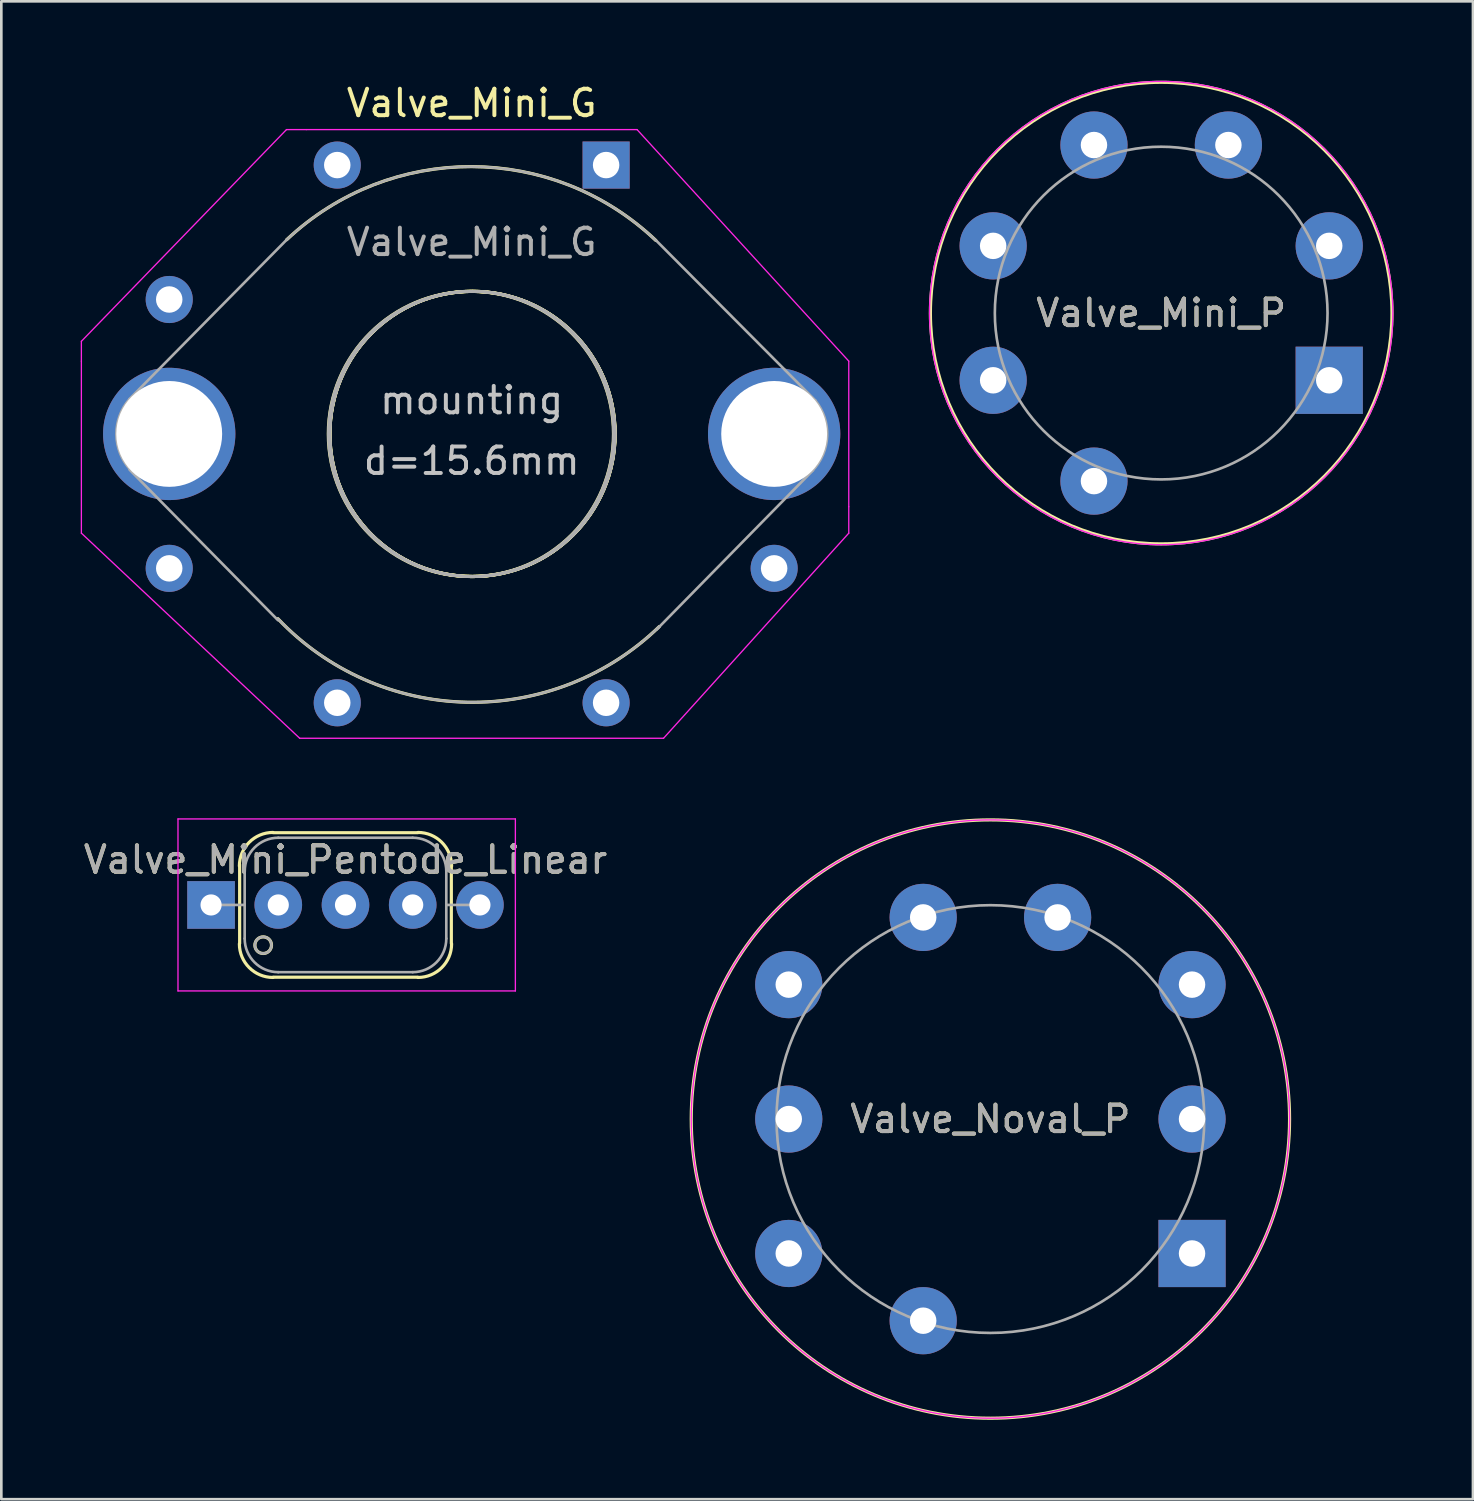
<source format=kicad_pcb>
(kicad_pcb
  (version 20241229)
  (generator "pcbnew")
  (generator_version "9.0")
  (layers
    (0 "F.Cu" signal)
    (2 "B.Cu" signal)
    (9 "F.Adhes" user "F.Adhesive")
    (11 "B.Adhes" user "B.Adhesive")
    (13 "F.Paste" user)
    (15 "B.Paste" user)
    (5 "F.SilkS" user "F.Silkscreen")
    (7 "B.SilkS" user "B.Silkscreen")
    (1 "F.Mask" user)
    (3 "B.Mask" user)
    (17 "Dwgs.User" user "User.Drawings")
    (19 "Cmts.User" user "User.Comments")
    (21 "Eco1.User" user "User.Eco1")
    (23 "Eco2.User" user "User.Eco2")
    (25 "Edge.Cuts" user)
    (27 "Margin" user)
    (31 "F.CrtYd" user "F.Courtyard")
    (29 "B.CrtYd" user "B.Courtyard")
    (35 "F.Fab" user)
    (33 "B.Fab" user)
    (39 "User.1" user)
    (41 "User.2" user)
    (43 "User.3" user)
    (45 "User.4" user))
  (footprint "Valve_Mini_Pentode_Linear"
    (layer "F.Cu")
    (at 4.926 31.148)
    (property "Reference" "Valve_Mini_Pentode_Linear" (at 5.08 -1.71 0) (layer "F.SilkS") (effects (font (size 1 1) (thickness 0.15))))
    (attr through_hole)
    (fp_line (start 1.08 1.46) (end 1.08 -1.52) (stroke (width 0.12) (type solid)) (layer "F.SilkS"))
    (fp_line (start 2.35 -2.73) (end 7.81 -2.73) (stroke (width 0.12) (type solid)) (layer "F.SilkS"))
    (fp_line (start 7.81 2.73) (end 2.35 2.73) (stroke (width 0.12) (type solid)) (layer "F.SilkS"))
    (fp_line (start 9.08 -1.46) (end 9.08 1.46) (stroke (width 0.12) (type solid)) (layer "F.SilkS"))
    (fp_arc (start 1.07 -1.47) (mid 1.441974 -2.368026) (end 2.34 -2.74) (stroke (width 0.12) (type solid)) (layer "F.SilkS"))
    (fp_arc (start 2.34 2.74) (mid 1.441974 2.368026) (end 1.07 1.47) (stroke (width 0.12) (type solid)) (layer "F.SilkS"))
    (fp_arc (start 7.82 -2.74) (mid 8.718026 -2.368026) (end 9.09 -1.47) (stroke (width 0.12) (type solid)) (layer "F.SilkS"))
    (fp_arc (start 9.09 1.47) (mid 8.718026 2.368026) (end 7.82 2.74) (stroke (width 0.12) (type solid)) (layer "F.SilkS"))
    (fp_circle (center 1.97 1.52) (end 2.22 1.71) (stroke (width 0.12) (type solid)) (fill no) (layer "F.SilkS"))
    (fp_line (start -1.25 -3.25) (end 11.5 -3.25) (stroke (width 0.05) (type solid)) (layer "F.CrtYd"))
    (fp_line (start -1.25 3.25) (end -1.25 -3.25) (stroke (width 0.05) (type solid)) (layer "F.CrtYd"))
    (fp_line (start 11.5 -3.25) (end 11.5 3.25) (stroke (width 0.05) (type solid)) (layer "F.CrtYd"))
    (fp_line (start 11.5 3.25) (end -1.25 3.25) (stroke (width 0.05) (type solid)) (layer "F.CrtYd"))
    (fp_line (start 0 0) (end 1.27 0) (stroke (width 0.1) (type solid)) (layer "F.Fab"))
    (fp_line (start 1.27 -1.27) (end 1.27 1.27) (stroke (width 0.1) (type solid)) (layer "F.Fab"))
    (fp_line (start 2.54 2.54) (end 7.62 2.54) (stroke (width 0.1) (type solid)) (layer "F.Fab"))
    (fp_line (start 7.62 -2.54) (end 2.54 -2.54) (stroke (width 0.1) (type solid)) (layer "F.Fab"))
    (fp_line (start 8.89 0) (end 10.16 0) (stroke (width 0.1) (type solid)) (layer "F.Fab"))
    (fp_line (start 8.89 1.27) (end 8.89 -1.27) (stroke (width 0.1) (type solid)) (layer "F.Fab"))
    (fp_arc (start 1.27 -1.27) (mid 1.641974 -2.168026) (end 2.54 -2.54) (stroke (width 0.1) (type solid)) (layer "F.Fab"))
    (fp_arc (start 2.54 2.54) (mid 1.641974 2.168026) (end 1.27 1.27) (stroke (width 0.1) (type solid)) (layer "F.Fab"))
    (fp_arc (start 7.62 -2.54) (mid 8.518026 -2.168026) (end 8.89 -1.27) (stroke (width 0.1) (type solid)) (layer "F.Fab"))
    (fp_arc (start 8.89 1.27) (mid 8.518026 2.168026) (end 7.62 2.54) (stroke (width 0.1) (type solid)) (layer "F.Fab"))
    (fp_circle (center 1.97 1.52) (end 2.22 1.71) (stroke (width 0.1) (type solid)) (fill no) (layer "F.Fab"))
    (fp_text user "${REFERENCE}" (at 5.08 -1.71 0) (layer "F.Fab") (effects (font (size 1 1) (thickness 0.15))))
    (pad "1" thru_hole rect (at 0 0) (size 1.8 1.8) (drill 0.8) (layers "*.Cu" "*.Mask"))
    (pad "2" thru_hole circle (at 2.54 0) (size 1.8 1.8) (drill 0.8) (layers "*.Cu" "*.Mask"))
    (pad "3" thru_hole circle (at 5.08 0) (size 1.8 1.8) (drill 0.8) (layers "*.Cu" "*.Mask"))
    (pad "4" thru_hole circle (at 7.62 0) (size 1.8 1.8) (drill 0.8) (layers "*.Cu" "*.Mask"))
    (pad "5" thru_hole circle (at 10.16 0) (size 1.8 1.8) (drill 0.8) (layers "*.Cu" "*.Mask")))
  (footprint "Valve_Mini_G"
    (layer "F.Cu")
    (at 19.855 3.188)
    (property "Reference" "Valve_Mini_G" (at -5.08 -2.34 0) (layer "F.SilkS") (effects (font (size 1 1) (thickness 0.15))))
    (attr through_hole)
    (fp_arc (start -12.07 2.82) (mid -5.089383 0.058484) (end 1.87996 2.848331) (stroke (width 0.12) (type solid)) (layer "F.SilkS"))
    (fp_arc (start 2.01 17.44) (mid -5.258654 20.298958) (end -12.403532 17.143378) (stroke (width 0.12) (type solid)) (layer "F.SilkS"))
    (fp_circle (center -5.11 10.16) (end -8.92 13.97) (stroke (width 0.12) (type solid)) (fill no) (layer "F.SilkS"))
    (fp_circle (center -5.05 10.16) (end -1.24 13.97) (stroke (width 0.12) (type solid)) (fill no) (layer "F.SilkS"))
    (fp_circle (center -5.05 10.16) (end -1.24 13.97) (stroke (width 0.12) (type solid)) (fill no) (layer "F.SilkS"))
    (fp_circle (center -5.05 10.16) (end -1.24 13.97) (stroke (width 0.12) (type solid)) (fill no) (layer "F.SilkS"))
    (fp_line (start -19.83 6.66) (end -12.08 -1.34) (stroke (width 0.05) (type solid)) (layer "F.CrtYd"))
    (fp_line (start -19.83 7.41) (end -19.83 6.66) (stroke (width 0.05) (type solid)) (layer "F.CrtYd"))
    (fp_line (start -19.83 13.91) (end -19.83 7.41) (stroke (width 0.05) (type solid)) (layer "F.CrtYd"))
    (fp_line (start -12.08 -1.34) (end -11.33 -1.34) (stroke (width 0.05) (type solid)) (layer "F.CrtYd"))
    (fp_line (start -11.58 21.66) (end -19.83 13.91) (stroke (width 0.05) (type solid)) (layer "F.CrtYd"))
    (fp_line (start -11.33 -1.34) (end 1.17 -1.34) (stroke (width 0.05) (type solid)) (layer "F.CrtYd"))
    (fp_line (start 1.17 -1.34) (end 9.17 7.41) (stroke (width 0.05) (type solid)) (layer "F.CrtYd"))
    (fp_line (start 2.17 21.66) (end -11.58 21.66) (stroke (width 0.05) (type solid)) (layer "F.CrtYd"))
    (fp_line (start 9.17 7.41) (end 9.17 12.91) (stroke (width 0.05) (type solid)) (layer "F.CrtYd"))
    (fp_line (start 9.17 12.91) (end 9.17 13.91) (stroke (width 0.05) (type solid)) (layer "F.CrtYd"))
    (fp_line (start 9.17 13.91) (end 2.17 21.66) (stroke (width 0.05) (type solid)) (layer "F.CrtYd"))
    (fp_line (start -18.01 8.84) (end -12.07 2.82) (stroke (width 0.1) (type solid)) (layer "F.Fab"))
    (fp_line (start -18.01 11.51) (end -12.4 17.2) (stroke (width 0.1) (type solid)) (layer "F.Fab"))
    (fp_line (start 1.91 2.87) (end 7.9 8.89) (stroke (width 0.1) (type solid)) (layer "F.Fab"))
    (fp_line (start 7.82 11.53) (end 1.91 17.55) (stroke (width 0.1) (type solid)) (layer "F.Fab"))
    (fp_arc (start -17.98 11.51) (mid -18.505731 10.181365) (end -18.008564 8.84178) (stroke (width 0.1) (type solid)) (layer "F.Fab"))
    (fp_arc (start -12.07 2.82) (mid -5.089383 0.058484) (end 1.87996 2.848331) (stroke (width 0.1) (type solid)) (layer "F.Fab"))
    (fp_arc (start 2.01 17.44) (mid -5.258654 20.298958) (end -12.403532 17.143378) (stroke (width 0.1) (type solid)) (layer "F.Fab"))
    (fp_arc (start 7.9 8.89) (mid 8.351984 10.246371) (end 7.784862 11.558775) (stroke (width 0.1) (type solid)) (layer "F.Fab"))
    (fp_circle (center -5.11 10.16) (end -8.92 13.97) (stroke (width 0.1) (type solid)) (fill no) (layer "F.Fab"))
    (fp_circle (center -5.05 10.16) (end -1.24 13.97) (stroke (width 0.1) (type solid)) (fill no) (layer "F.Fab"))
    (fp_circle (center -5.05 10.16) (end -1.24 13.97) (stroke (width 0.1) (type solid)) (fill no) (layer "F.Fab"))
    (fp_circle (center -5.05 10.16) (end -1.24 13.97) (stroke (width 0.1) (type solid)) (fill no) (layer "F.Fab"))
    (fp_text user "mounting" (at -5.08 8.89 0) (layer "Dwgs.User") (effects (font (size 1 1) (thickness 0.15))))
    (fp_text user "d=15.6mm" (at -5.08 11.18 0) (layer "Dwgs.User") (effects (font (size 1 1) (thickness 0.15))))
    (fp_text user "${REFERENCE}" (at -5.08 2.91 0) (layer "F.Fab") (effects (font (size 1 1) (thickness 0.15))))
    (pad "" thru_hole circle (at -16.51 10.16) (size 5 5) (drill 4) (layers "*.Cu" "*.Mask"))
    (pad "" thru_hole circle (at 6.35 10.16) (size 5 5) (drill 4) (layers "*.Cu" "*.Mask"))
    (pad "1" thru_hole rect (at 0 0) (size 1.78 1.78) (drill 1) (layers "*.Cu" "*.Mask"))
    (pad "2" thru_hole circle (at -10.16 0) (size 1.78 1.78) (drill 1) (layers "*.Cu" "*.Mask"))
    (pad "3" thru_hole circle (at -16.51 5.08) (size 1.78 1.78) (drill 1) (layers "*.Cu" "*.Mask"))
    (pad "4" thru_hole circle (at -16.51 15.24) (size 1.78 1.78) (drill 1) (layers "*.Cu" "*.Mask"))
    (pad "5" thru_hole circle (at -10.16 20.32) (size 1.78 1.78) (drill 1) (layers "*.Cu" "*.Mask"))
    (pad "6" thru_hole circle (at 0 20.32) (size 1.78 1.78) (drill 1) (layers "*.Cu" "*.Mask"))
    (pad "7" thru_hole circle (at 6.35 15.24) (size 1.78 1.78) (drill 1) (layers "*.Cu" "*.Mask")))
  (footprint "Valve_Mini_P"
    (layer "F.Cu")
    (at 47.181 11.321)
    (property "Reference" "Valve_Mini_P" (at -6.35 -2.54 0) (layer "F.SilkS") (effects (font (size 1 1) (thickness 0.15))))
    (attr through_hole)
    (fp_circle (center -6.35 -2.54) (end 1.4 1.46) (stroke (width 0.12) (type solid)) (fill no) (layer "F.SilkS"))
    (fp_circle (center -6.35 -2.54) (end -6.6 6.21) (stroke (width 0.05) (type solid)) (fill no) (layer "F.CrtYd"))
    (fp_circle (center -6.35 -2.54) (end -10.79 1.91) (stroke (width 0.1) (type solid)) (fill no) (layer "F.Fab"))
    (fp_text user "${REFERENCE}" (at -6.35 -2.54 0) (layer "F.Fab") (effects (font (size 1 1) (thickness 0.15))))
    (pad "1" thru_hole rect (at 0 0) (size 2.54 2.54) (drill 1) (layers "*.Cu" "*.Mask"))
    (pad "2" thru_hole circle (at 0 -5.08) (size 2.54 2.54) (drill 1) (layers "*.Cu" "*.Mask"))
    (pad "3" thru_hole circle (at -3.81 -8.89) (size 2.54 2.54) (drill 1) (layers "*.Cu" "*.Mask"))
    (pad "4" thru_hole circle (at -8.89 -8.89) (size 2.54 2.54) (drill 1) (layers "*.Cu" "*.Mask"))
    (pad "5" thru_hole circle (at -12.7 -5.08) (size 2.54 2.54) (drill 1) (layers "*.Cu" "*.Mask"))
    (pad "6" thru_hole circle (at -12.7 0) (size 2.54 2.54) (drill 1) (layers "*.Cu" "*.Mask"))
    (pad "7" thru_hole circle (at -8.89 3.81) (size 2.54 2.54) (drill 1) (layers "*.Cu" "*.Mask")))
  (footprint "Valve_Noval_P"
    (layer "F.Cu")
    (at 41.997 44.319)
    (property "Reference" "Valve_Noval_P" (at -7.62 -5.08 0) (layer "F.SilkS") (effects (font (size 1 1) (thickness 0.15))))
    (attr through_hole)
    (fp_circle (center -7.62 -5.08) (end 1.63 1.42) (stroke (width 0.12) (type solid)) (fill no) (layer "F.SilkS"))
    (fp_circle (center -7.62 -5.08) (end 1.63 1.42) (stroke (width 0.05) (type solid)) (fill no) (layer "F.CrtYd"))
    (fp_circle (center -7.62 -5.08) (end -13.34 0.63) (stroke (width 0.1) (type solid)) (fill no) (layer "F.Fab"))
    (fp_text user "${REFERENCE}" (at -7.62 -5.08 0) (layer "F.Fab") (effects (font (size 1 1) (thickness 0.15))))
    (pad "1" thru_hole rect (at 0 0) (size 2.54 2.54) (drill 1) (layers "*.Cu" "*.Mask"))
    (pad "2" thru_hole circle (at 0 -5.08) (size 2.54 2.54) (drill 1) (layers "*.Cu" "*.Mask"))
    (pad "3" thru_hole circle (at 0 -10.16) (size 2.54 2.54) (drill 1) (layers "*.Cu" "*.Mask"))
    (pad "4" thru_hole circle (at -5.08 -12.7) (size 2.54 2.54) (drill 1) (layers "*.Cu" "*.Mask"))
    (pad "5" thru_hole circle (at -10.16 -12.7) (size 2.54 2.54) (drill 1) (layers "*.Cu" "*.Mask"))
    (pad "6" thru_hole circle (at -15.24 -10.16) (size 2.54 2.54) (drill 1) (layers "*.Cu" "*.Mask"))
    (pad "7" thru_hole circle (at -15.24 -5.08) (size 2.54 2.54) (drill 1) (layers "*.Cu" "*.Mask"))
    (pad "8" thru_hole circle (at -15.24 0) (size 2.54 2.54) (drill 1) (layers "*.Cu" "*.Mask"))
    (pad "9" thru_hole circle (at -10.16 2.54) (size 2.54 2.54) (drill 1) (layers "*.Cu" "*.Mask")))
  (gr_rect
    (start -3 -3)
    (end 52.613 53.604)
    (stroke (width 0.1) (type default))
    (fill no)
    (layer "Edge.Cuts")))
</source>
